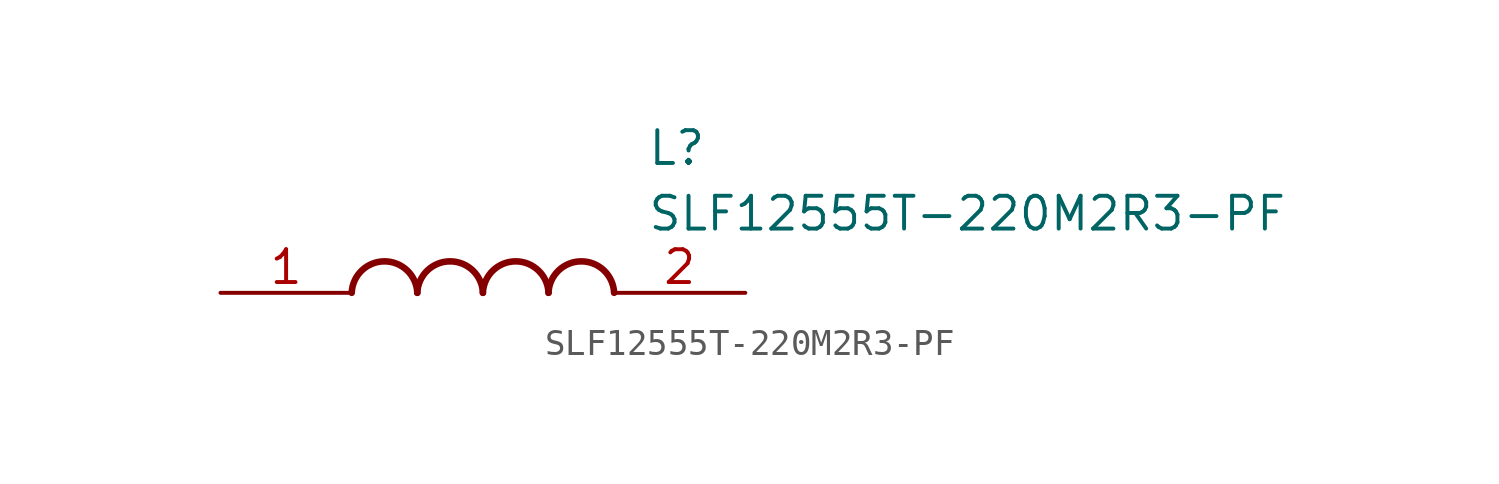
<source format=kicad_sym>
(kicad_symbol_lib
  (version 20211014)
  (generator SamacSys_ECAD_Model)
  (symbol "SLF12555T-220M2R3-PF"
    (pin_names hide)
    (property "Reference" "L"
      (at 16.51 6.35 0)
      (effects (font (size 1.27 1.27)) (justify left top)))
    (property "Value" "SLF12555T-220M2R3-PF"
      (at 16.51 3.81 0)
      (effects (font (size 1.27 1.27)) (justify left top)))
    (arc
      (start 7.62 0)
      (mid 6.35 1.219)
      (end 5.08 0)
      (stroke (width 0.254) (type default))
      (fill (type none)))
    (arc
      (start 10.16 0)
      (mid 8.89 1.219)
      (end 7.62 0)
      (stroke (width 0.254) (type default))
      (fill (type none)))
    (arc
      (start 12.7 0)
      (mid 11.43 1.219)
      (end 10.16 0)
      (stroke (width 0.254) (type default))
      (fill (type none)))
    (arc
      (start 15.24 0)
      (mid 13.97 1.219)
      (end 12.7 0)
      (stroke (width 0.254) (type default))
      (fill (type none)))
    (pin passive line
      (at 0 0 0)
      (length 5.08)
      (name "1" (effects (font (size 1.27 1.27))))
      (number "1" (effects (font (size 1.27 1.27)))))
    (pin passive line
      (at 20.32 0 180)
      (length 5.08)
      (name "2" (effects (font (size 1.27 1.27))))
      (number "2" (effects (font (size 1.27 1.27)))))))
</source>
